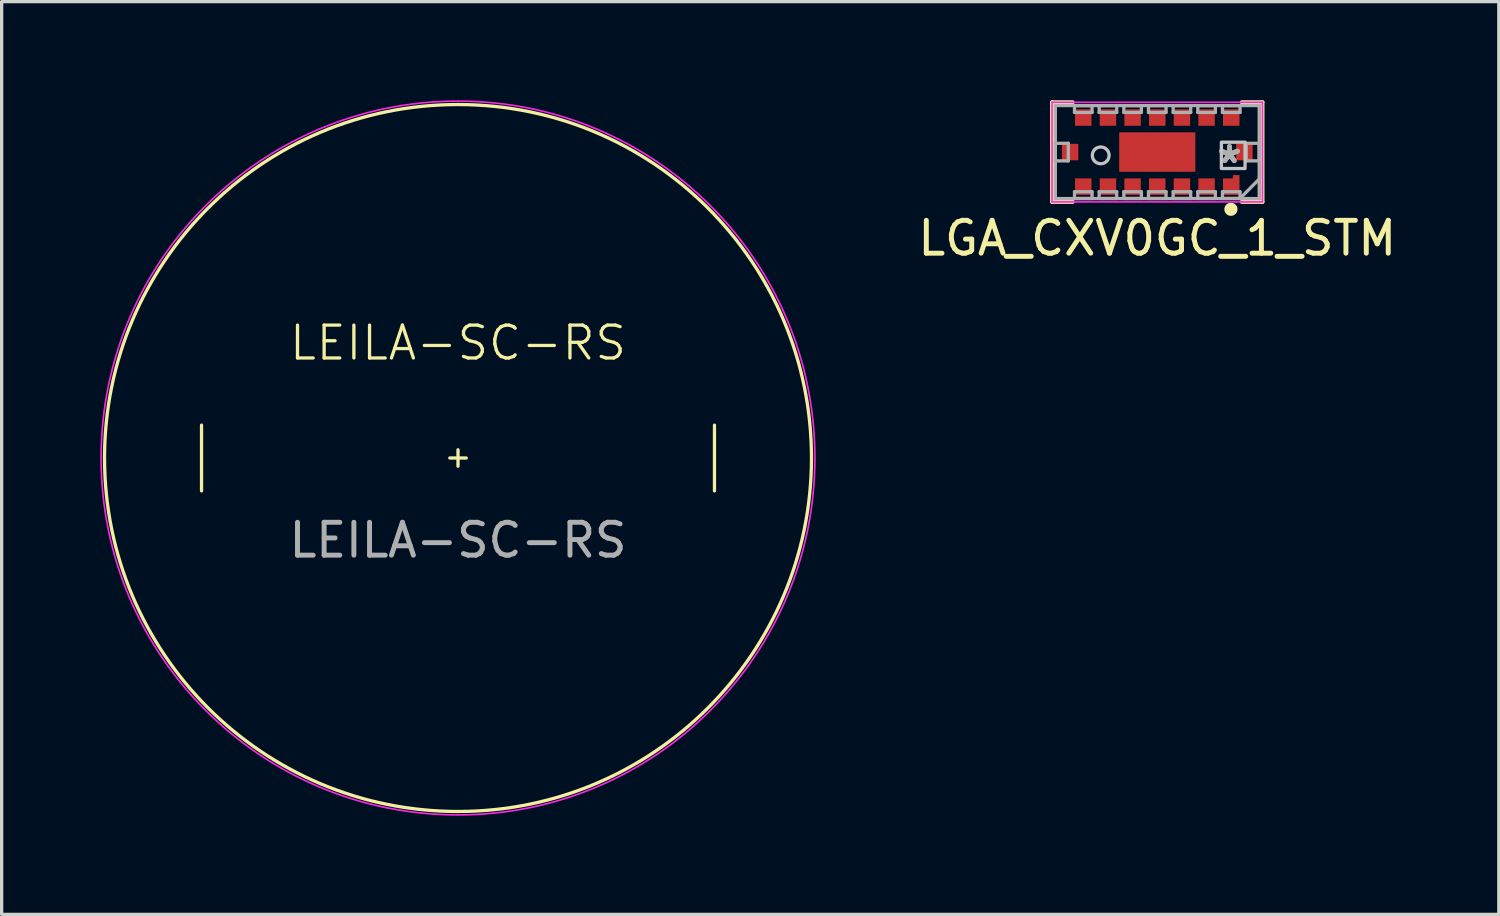
<source format=kicad_pcb>
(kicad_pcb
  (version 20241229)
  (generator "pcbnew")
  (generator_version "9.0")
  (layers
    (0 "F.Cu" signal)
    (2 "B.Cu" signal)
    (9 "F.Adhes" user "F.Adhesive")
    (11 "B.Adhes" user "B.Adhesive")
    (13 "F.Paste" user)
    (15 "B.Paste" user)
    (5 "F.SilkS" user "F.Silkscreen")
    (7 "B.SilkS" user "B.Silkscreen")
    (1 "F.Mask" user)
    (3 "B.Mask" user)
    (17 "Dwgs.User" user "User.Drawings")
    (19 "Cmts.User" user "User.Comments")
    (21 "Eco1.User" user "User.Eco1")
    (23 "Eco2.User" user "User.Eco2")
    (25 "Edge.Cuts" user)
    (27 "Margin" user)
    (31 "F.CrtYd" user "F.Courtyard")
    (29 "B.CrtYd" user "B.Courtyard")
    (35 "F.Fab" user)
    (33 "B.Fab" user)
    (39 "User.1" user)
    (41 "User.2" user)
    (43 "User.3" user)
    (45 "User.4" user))
  (footprint "LEILA-SC-RS"
    (layer "F.Cu")
    (at 10.879 10.879)
    (property "Reference" "LEILA-SC-RS" (at 0 -3.5 0) (unlocked yes) (layer "F.SilkS") (effects (font (size 1 1) (thickness 0.1))))
    (attr smd)
    (fp_line (start -7.8 -1) (end -7.8 1) (stroke (width 0.1) (type default)) (layer "F.SilkS"))
    (fp_line (start -0.25 0) (end 0.25 0) (stroke (width 0.1) (type default)) (layer "F.SilkS"))
    (fp_line (start 0 -0.25) (end 0 0.25) (stroke (width 0.1) (type default)) (layer "F.SilkS"))
    (fp_line (start 7.8 -1) (end 7.8 1) (stroke (width 0.1) (type default)) (layer "F.SilkS"))
    (fp_circle (center 0 0) (end 10.75 0) (stroke (width 0.1) (type default)) (fill no) (layer "F.SilkS"))
    (fp_circle (center 0 0) (end 8.5 6.75) (stroke (width 0.05) (type default)) (fill no) (layer "F.CrtYd"))
    (fp_text user "${REFERENCE}" (at 0 2.5 0) (unlocked yes) (layer "F.Fab") (effects (font (size 1 1) (thickness 0.15)))))
  (footprint "LGA_CXV0GC_1_STM"
    (layer "F.Cu")
    (at 32.145 1.575)
    (property "Reference" "LGA_CXV0GC_1_STM" (at 0 2.62 0) (layer "F.SilkS") (effects (font (size 1 1) (thickness 0.15))))
    (attr smd)
    (fp_line (start -3.2 -1.515) (end -2.57 -1.515) (stroke (width 0.12) (type solid)) (layer "F.SilkS"))
    (fp_line (start -3.2 1.515) (end -3.2 -1.515) (stroke (width 0.12) (type solid)) (layer "F.SilkS"))
    (fp_line (start -2.57 1.515) (end -3.2 1.515) (stroke (width 0.12) (type solid)) (layer "F.SilkS"))
    (fp_line (start 2.57 -1.515) (end 3.2 -1.515) (stroke (width 0.12) (type solid)) (layer "F.SilkS"))
    (fp_line (start 3.2 -1.515) (end 3.2 1.515) (stroke (width 0.12) (type solid)) (layer "F.SilkS"))
    (fp_line (start 3.2 1.515) (end 2.57 1.515) (stroke (width 0.12) (type solid)) (layer "F.SilkS"))
    (fp_circle (center 2.24 1.74) (end 2.34 1.74) (stroke (width 0.2) (type solid)) (fill yes) (layer "F.SilkS"))
    (fp_rect (start 1.95 -0.3) (end 2.67 0.5) (stroke (width 0.1) (type default)) (fill no) (layer "Dwgs.User"))
    (fp_circle (center -1.72 0.1) (end -1.465 0.1) (stroke (width 0.1) (type solid)) (fill no) (layer "Dwgs.User"))
    (fp_line (start -3.2 -1.515) (end 3.2 -1.515) (stroke (width 0.05) (type solid)) (layer "F.CrtYd"))
    (fp_line (start -3.2 1.515) (end -3.2 -1.515) (stroke (width 0.05) (type solid)) (layer "F.CrtYd"))
    (fp_line (start -3.2 1.515) (end 3.2 1.515) (stroke (width 0.05) (type solid)) (layer "F.CrtYd"))
    (fp_line (start 3.2 -1.515) (end 3.2 1.515) (stroke (width 0.05) (type solid)) (layer "F.CrtYd"))
    (fp_line (start -3.1 -1.415) (end -3.1 1.415) (stroke (width 0.1) (type solid)) (layer "F.Fab"))
    (fp_line (start -3.1 1.415) (end 3.1 1.415) (stroke (width 0.1) (type solid)) (layer "F.Fab"))
    (fp_line (start -3.099 -1.41) (end -3.099 -1.41) (stroke (width 0.1) (type solid)) (layer "F.Fab"))
    (fp_line (start -3.099 -0.267) (end -2.705 -0.267) (stroke (width 0.1) (type solid)) (layer "F.Fab"))
    (fp_line (start -3.099 0.267) (end -3.099 -0.267) (stroke (width 0.1) (type solid)) (layer "F.Fab"))
    (fp_line (start -3.099 1.41) (end -3.099 1.41) (stroke (width 0.1) (type solid)) (layer "F.Fab"))
    (fp_line (start -2.705 -0.267) (end -2.705 0.267) (stroke (width 0.1) (type solid)) (layer "F.Fab"))
    (fp_line (start -2.705 0.267) (end -3.099 0.267) (stroke (width 0.1) (type solid)) (layer "F.Fab"))
    (fp_line (start -2.517 -1.41) (end -1.983 -1.41) (stroke (width 0.1) (type solid)) (layer "F.Fab"))
    (fp_line (start -2.517 -1.206) (end -2.517 -1.41) (stroke (width 0.1) (type solid)) (layer "F.Fab"))
    (fp_line (start -2.517 1.206) (end -1.983 1.206) (stroke (width 0.1) (type solid)) (layer "F.Fab"))
    (fp_line (start -2.517 1.41) (end -2.517 1.206) (stroke (width 0.1) (type solid)) (layer "F.Fab"))
    (fp_line (start -1.983 -1.41) (end -1.983 -1.206) (stroke (width 0.1) (type solid)) (layer "F.Fab"))
    (fp_line (start -1.983 -1.206) (end -2.517 -1.206) (stroke (width 0.1) (type solid)) (layer "F.Fab"))
    (fp_line (start -1.983 1.206) (end -1.983 1.41) (stroke (width 0.1) (type solid)) (layer "F.Fab"))
    (fp_line (start -1.983 1.41) (end -2.517 1.41) (stroke (width 0.1) (type solid)) (layer "F.Fab"))
    (fp_line (start -1.767 -1.41) (end -1.233 -1.41) (stroke (width 0.1) (type solid)) (layer "F.Fab"))
    (fp_line (start -1.767 -1.206) (end -1.767 -1.41) (stroke (width 0.1) (type solid)) (layer "F.Fab"))
    (fp_line (start -1.767 1.206) (end -1.233 1.206) (stroke (width 0.1) (type solid)) (layer "F.Fab"))
    (fp_line (start -1.767 1.41) (end -1.767 1.206) (stroke (width 0.1) (type solid)) (layer "F.Fab"))
    (fp_line (start -1.233 -1.41) (end -1.233 -1.206) (stroke (width 0.1) (type solid)) (layer "F.Fab"))
    (fp_line (start -1.233 -1.206) (end -1.767 -1.206) (stroke (width 0.1) (type solid)) (layer "F.Fab"))
    (fp_line (start -1.233 1.206) (end -1.233 1.41) (stroke (width 0.1) (type solid)) (layer "F.Fab"))
    (fp_line (start -1.233 1.41) (end -1.767 1.41) (stroke (width 0.1) (type solid)) (layer "F.Fab"))
    (fp_line (start -1.017 -1.41) (end -0.483 -1.41) (stroke (width 0.1) (type solid)) (layer "F.Fab"))
    (fp_line (start -1.017 -1.206) (end -1.017 -1.41) (stroke (width 0.1) (type solid)) (layer "F.Fab"))
    (fp_line (start -1.017 1.206) (end -0.483 1.206) (stroke (width 0.1) (type solid)) (layer "F.Fab"))
    (fp_line (start -1.017 1.41) (end -1.017 1.206) (stroke (width 0.1) (type solid)) (layer "F.Fab"))
    (fp_line (start -0.483 -1.41) (end -0.483 -1.206) (stroke (width 0.1) (type solid)) (layer "F.Fab"))
    (fp_line (start -0.483 -1.206) (end -1.017 -1.206) (stroke (width 0.1) (type solid)) (layer "F.Fab"))
    (fp_line (start -0.483 1.206) (end -0.483 1.41) (stroke (width 0.1) (type solid)) (layer "F.Fab"))
    (fp_line (start -0.483 1.41) (end -1.017 1.41) (stroke (width 0.1) (type solid)) (layer "F.Fab"))
    (fp_line (start -0.267 -1.41) (end 0.267 -1.41) (stroke (width 0.1) (type solid)) (layer "F.Fab"))
    (fp_line (start -0.267 -1.206) (end -0.267 -1.41) (stroke (width 0.1) (type solid)) (layer "F.Fab"))
    (fp_line (start -0.267 1.206) (end 0.267 1.206) (stroke (width 0.1) (type solid)) (layer "F.Fab"))
    (fp_line (start -0.267 1.41) (end -0.267 1.206) (stroke (width 0.1) (type solid)) (layer "F.Fab"))
    (fp_line (start 0.267 -1.41) (end 0.267 -1.206) (stroke (width 0.1) (type solid)) (layer "F.Fab"))
    (fp_line (start 0.267 -1.206) (end -0.267 -1.206) (stroke (width 0.1) (type solid)) (layer "F.Fab"))
    (fp_line (start 0.267 1.206) (end 0.267 1.41) (stroke (width 0.1) (type solid)) (layer "F.Fab"))
    (fp_line (start 0.267 1.41) (end -0.267 1.41) (stroke (width 0.1) (type solid)) (layer "F.Fab"))
    (fp_line (start 0.483 -1.41) (end 1.017 -1.41) (stroke (width 0.1) (type solid)) (layer "F.Fab"))
    (fp_line (start 0.483 -1.206) (end 0.483 -1.41) (stroke (width 0.1) (type solid)) (layer "F.Fab"))
    (fp_line (start 0.483 1.206) (end 1.017 1.206) (stroke (width 0.1) (type solid)) (layer "F.Fab"))
    (fp_line (start 0.483 1.41) (end 0.483 1.206) (stroke (width 0.1) (type solid)) (layer "F.Fab"))
    (fp_line (start 1.017 -1.41) (end 1.017 -1.206) (stroke (width 0.1) (type solid)) (layer "F.Fab"))
    (fp_line (start 1.017 -1.206) (end 0.483 -1.206) (stroke (width 0.1) (type solid)) (layer "F.Fab"))
    (fp_line (start 1.017 1.206) (end 1.017 1.41) (stroke (width 0.1) (type solid)) (layer "F.Fab"))
    (fp_line (start 1.017 1.41) (end 0.483 1.41) (stroke (width 0.1) (type solid)) (layer "F.Fab"))
    (fp_line (start 1.233 -1.41) (end 1.767 -1.41) (stroke (width 0.1) (type solid)) (layer "F.Fab"))
    (fp_line (start 1.233 -1.206) (end 1.233 -1.41) (stroke (width 0.1) (type solid)) (layer "F.Fab"))
    (fp_line (start 1.233 1.206) (end 1.767 1.206) (stroke (width 0.1) (type solid)) (layer "F.Fab"))
    (fp_line (start 1.233 1.41) (end 1.233 1.206) (stroke (width 0.1) (type solid)) (layer "F.Fab"))
    (fp_line (start 1.767 -1.41) (end 1.767 -1.206) (stroke (width 0.1) (type solid)) (layer "F.Fab"))
    (fp_line (start 1.767 -1.206) (end 1.233 -1.206) (stroke (width 0.1) (type solid)) (layer "F.Fab"))
    (fp_line (start 1.767 1.206) (end 1.767 1.41) (stroke (width 0.1) (type solid)) (layer "F.Fab"))
    (fp_line (start 1.767 1.41) (end 1.233 1.41) (stroke (width 0.1) (type solid)) (layer "F.Fab"))
    (fp_line (start 1.983 -1.41) (end 2.517 -1.41) (stroke (width 0.1) (type solid)) (layer "F.Fab"))
    (fp_line (start 1.983 -1.206) (end 1.983 -1.41) (stroke (width 0.1) (type solid)) (layer "F.Fab"))
    (fp_line (start 1.983 1.206) (end 2.517 1.206) (stroke (width 0.1) (type solid)) (layer "F.Fab"))
    (fp_line (start 1.983 1.41) (end 1.983 1.206) (stroke (width 0.1) (type solid)) (layer "F.Fab"))
    (fp_line (start 2.517 -1.41) (end 2.517 -1.206) (stroke (width 0.1) (type solid)) (layer "F.Fab"))
    (fp_line (start 2.517 -1.206) (end 1.983 -1.206) (stroke (width 0.1) (type solid)) (layer "F.Fab"))
    (fp_line (start 2.517 1.206) (end 2.517 1.41) (stroke (width 0.1) (type solid)) (layer "F.Fab"))
    (fp_line (start 2.517 1.41) (end 1.983 1.41) (stroke (width 0.1) (type solid)) (layer "F.Fab"))
    (fp_line (start 2.705 -0.267) (end 3.099 -0.267) (stroke (width 0.1) (type solid)) (layer "F.Fab"))
    (fp_line (start 2.705 0.267) (end 2.705 -0.267) (stroke (width 0.1) (type solid)) (layer "F.Fab"))
    (fp_line (start 3.099 -1.41) (end 3.099 -1.41) (stroke (width 0.1) (type solid)) (layer "F.Fab"))
    (fp_line (start 3.099 -0.267) (end 3.099 0.267) (stroke (width 0.1) (type solid)) (layer "F.Fab"))
    (fp_line (start 3.099 0.267) (end 2.705 0.267) (stroke (width 0.1) (type solid)) (layer "F.Fab"))
    (fp_line (start 3.099 1.41) (end 3.099 1.41) (stroke (width 0.1) (type solid)) (layer "F.Fab"))
    (fp_line (start 3.1 -1.415) (end -3.1 -1.415) (stroke (width 0.1) (type solid)) (layer "F.Fab"))
    (fp_line (start 3.1 0.82) (end 2.517 1.41) (stroke (width 0.1) (type solid)) (layer "F.Fab"))
    (fp_line (start 3.1 1.415) (end 3.1 -1.415) (stroke (width 0.1) (type solid)) (layer "F.Fab"))
    (fp_text user "*" (at 2.197 0.375 180) (layer "F.Fab") (effects (font (size 1 1) (thickness 0.15))))
    (fp_text user "*" (at 2.197 0.375 180) (layer "F.Fab") (effects (font (size 1 1) (thickness 0.15))))
    (pad "A1" smd custom (at 2.4 0.75) (size 0.2 0.1) (layers "F.Cu" "F.Mask" "F.Paste") (options (anchor rect)) (primitives (gr_poly (pts (xy -0.4 0.05) (xy 0.1 0.05) (xy 0.1 0.55) (xy -0.4 0.55)) (width 0.001) (fill yes))))
    (pad "A2" smd rect (at 1.5 1.05) (size 0.5 0.5) (layers "F.Cu" "F.Mask" "F.Paste"))
    (pad "A3" smd rect (at 0.75 1.05) (size 0.5 0.5) (layers "F.Cu" "F.Mask" "F.Paste"))
    (pad "A4" smd rect (at 0 1.05) (size 0.5 0.5) (layers "F.Cu" "F.Mask" "F.Paste"))
    (pad "A5" smd rect (at -0.75 1.05) (size 0.5 0.5) (layers "F.Cu" "F.Mask" "F.Paste"))
    (pad "A6" smd rect (at -1.5 1.05) (size 0.5 0.5) (layers "F.Cu" "F.Mask" "F.Paste"))
    (pad "A7" smd rect (at -2.25 1.05) (size 0.5 0.5) (layers "F.Cu" "F.Mask" "F.Paste"))
    (pad "B1" smd rect (at 2.65 0 90) (size 0.5 0.5) (layers "F.Cu" "F.Mask" "F.Paste"))
    (pad "B4" smd rect (at 0 0) (size 2.316 1.2) (layers "F.Cu" "F.Mask" "F.Paste"))
    (pad "B7" smd rect (at -2.65 0 90) (size 0.5 0.5) (layers "F.Cu" "F.Mask" "F.Paste"))
    (pad "C1" smd rect (at 2.25 -1.05) (size 0.5 0.5) (layers "F.Cu" "F.Mask" "F.Paste"))
    (pad "C2" smd rect (at 1.5 -1.05) (size 0.5 0.5) (layers "F.Cu" "F.Mask" "F.Paste"))
    (pad "C3" smd rect (at 0.75 -1.05) (size 0.5 0.5) (layers "F.Cu" "F.Mask" "F.Paste"))
    (pad "C4" smd rect (at 0 -1.05) (size 0.5 0.5) (layers "F.Cu" "F.Mask" "F.Paste"))
    (pad "C5" smd rect (at -0.75 -1.05) (size 0.5 0.5) (layers "F.Cu" "F.Mask" "F.Paste"))
    (pad "C6" smd rect (at -1.5 -1.05) (size 0.5 0.5) (layers "F.Cu" "F.Mask" "F.Paste"))
    (pad "C7" smd rect (at -2.25 -1.05) (size 0.5 0.5) (layers "F.Cu" "F.Mask" "F.Paste")))
  (gr_rect
    (start -3 -3)
    (end 42.532 24.758)
    (stroke (width 0.1) (type default))
    (fill no)
    (layer "Edge.Cuts")))
</source>
